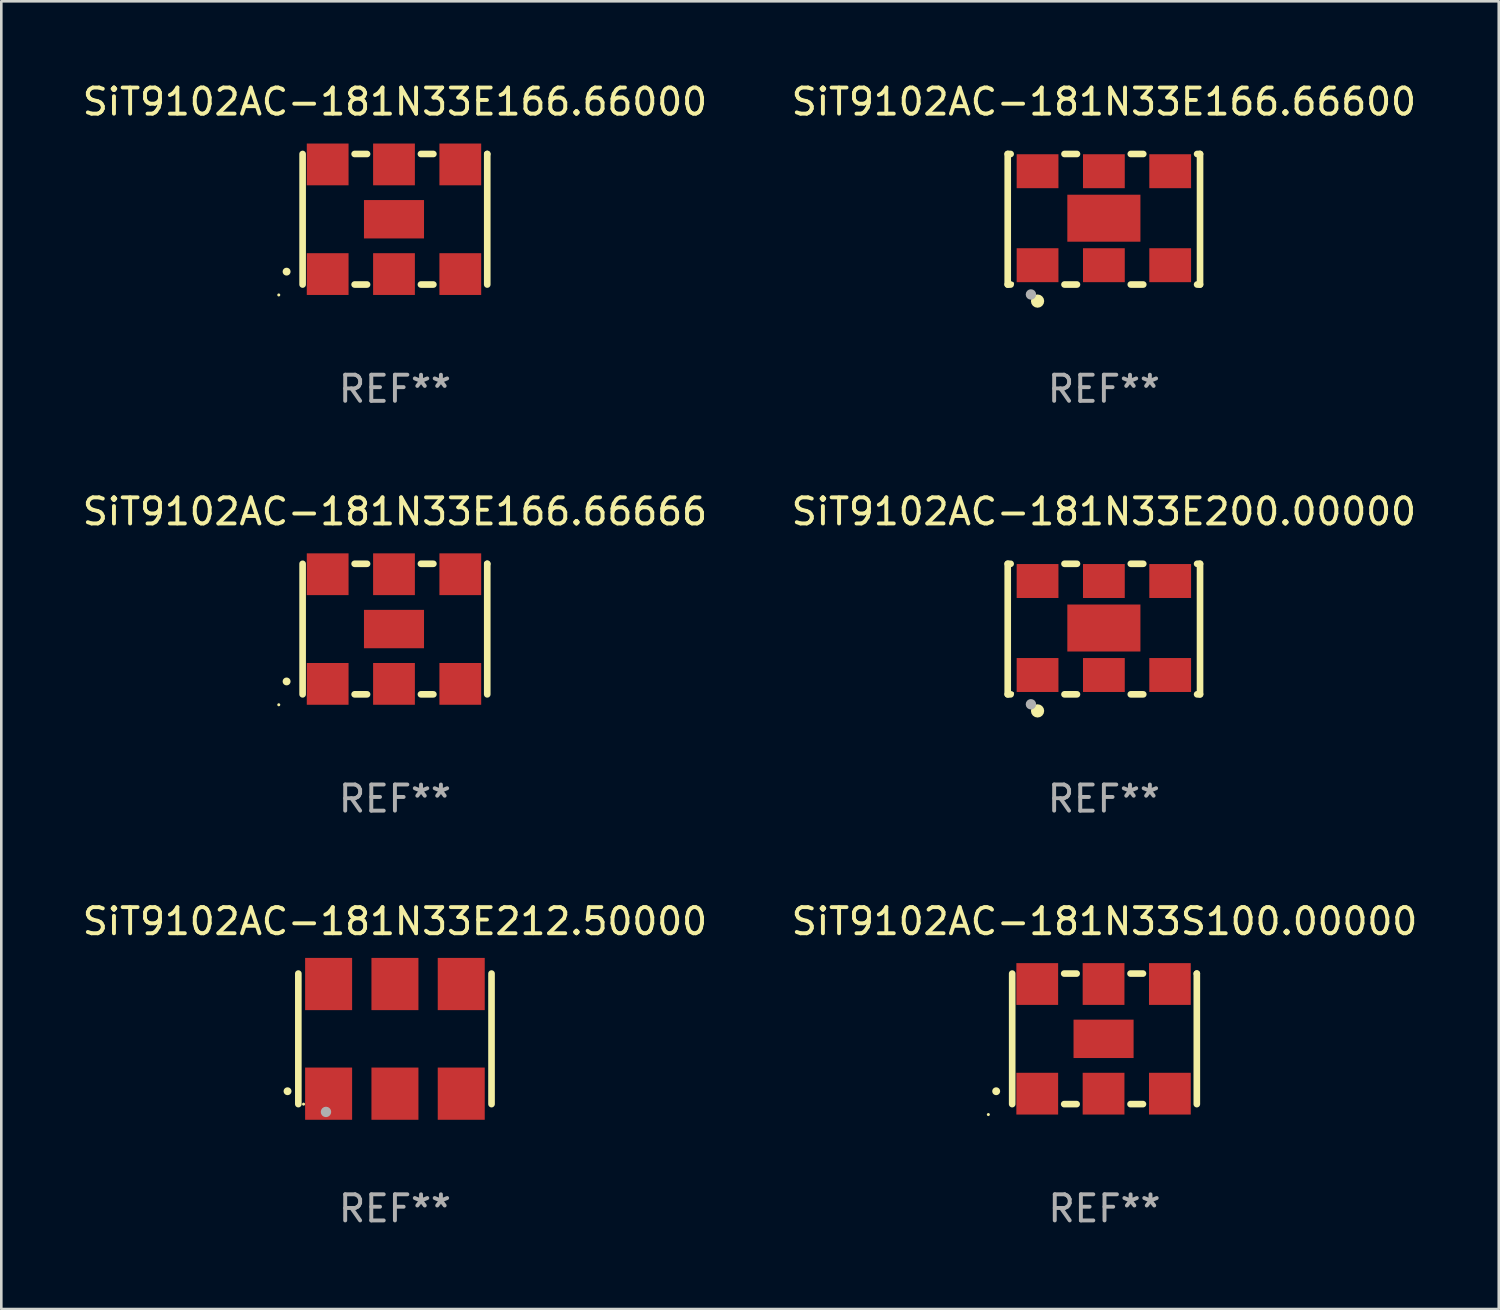
<source format=kicad_pcb>
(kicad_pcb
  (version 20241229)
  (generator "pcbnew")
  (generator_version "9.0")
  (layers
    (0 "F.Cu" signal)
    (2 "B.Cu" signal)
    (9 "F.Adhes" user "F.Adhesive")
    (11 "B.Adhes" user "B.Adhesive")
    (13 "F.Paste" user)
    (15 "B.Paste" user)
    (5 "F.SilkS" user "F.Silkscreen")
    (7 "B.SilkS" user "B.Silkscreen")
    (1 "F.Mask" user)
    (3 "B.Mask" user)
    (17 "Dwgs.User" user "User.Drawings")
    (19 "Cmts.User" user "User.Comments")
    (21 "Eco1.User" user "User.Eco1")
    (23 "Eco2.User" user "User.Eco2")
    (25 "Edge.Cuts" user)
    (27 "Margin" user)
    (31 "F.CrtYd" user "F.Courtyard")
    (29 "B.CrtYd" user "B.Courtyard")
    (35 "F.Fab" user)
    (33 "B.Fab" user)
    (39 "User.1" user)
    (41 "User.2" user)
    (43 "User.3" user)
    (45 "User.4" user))
  (footprint "SiT9102AC-181N33S100.00000"
    (layer "F.Cu")
    (at 39.256 36.741)
    (property "Reference" "SiT9102AC-181N33S100.00000" (at 0 -4.5 0) (layer "F.SilkS") (effects (font (size 1 1) (thickness 0.15))))
    (attr through_hole)
    (fp_line (start -3.536 -2.5) (end -3.536 2.5) (stroke (width 0.254) (type solid)) (layer "F.SilkS"))
    (fp_line (start -1.544 2.5) (end -1.067 2.5) (stroke (width 0.254) (type solid)) (layer "F.SilkS"))
    (fp_line (start -1.067 -2.5) (end -1.544 -2.5) (stroke (width 0.254) (type solid)) (layer "F.SilkS"))
    (fp_line (start 0.996 2.5) (end 1.473 2.5) (stroke (width 0.254) (type solid)) (layer "F.SilkS"))
    (fp_line (start 1.473 -2.5) (end 0.996 -2.5) (stroke (width 0.254) (type solid)) (layer "F.SilkS"))
    (fp_line (start 3.536 -2.5) (end 3.536 -2.5) (stroke (width 0.254) (type solid)) (layer "F.SilkS"))
    (fp_line (start 3.536 2.5) (end 3.536 -2.5) (stroke (width 0.254) (type solid)) (layer "F.SilkS"))
    (fp_arc (start -4.150432 2.006604) (mid -4.149162 2.006599) (end -4.147892 2.006604) (stroke (width 0.3) (type solid)) (layer "F.SilkS"))
    (fp_circle (center -4.449 2.9) (end -4.419 2.9) (stroke (width 0.06) (type solid)) (fill no) (layer "F.SilkS"))
    (fp_text user "REF**" (at 0 6.5 0) (layer "F.Fab") (effects (font (size 1 1) (thickness 0.15))))
    (pad "1" smd rect (at -2.576 2.1) (size 1.6 1.6) (layers "F.Cu" "F.Mask" "F.Paste"))
    (pad "2" smd rect (at -0.036 2.1) (size 1.6 1.6) (layers "F.Cu" "F.Mask" "F.Paste"))
    (pad "3" smd rect (at 2.504 2.1) (size 1.6 1.6) (layers "F.Cu" "F.Mask" "F.Paste"))
    (pad "4" smd rect (at 2.504 -2.1) (size 1.6 1.6) (layers "F.Cu" "F.Mask" "F.Paste"))
    (pad "5" smd rect (at -0.036 -2.1) (size 1.6 1.6) (layers "F.Cu" "F.Mask" "F.Paste"))
    (pad "6" smd rect (at -2.576 -2.1) (size 1.6 1.6) (layers "F.Cu" "F.Mask" "F.Paste"))
    (pad "7" smd rect (at -0.036 0) (size 2.3 1.47) (layers "F.Cu" "F.Mask" "F.Paste")))
  (footprint "SiT9102AC-181N33E166.66666"
    (layer "F.Cu")
    (at 12.077 21.045)
    (property "Reference" "SiT9102AC-181N33E166.66666" (at 0 -4.5 0) (layer "F.SilkS") (effects (font (size 1 1) (thickness 0.15))))
    (attr through_hole)
    (fp_line (start -3.536 -2.5) (end -3.536 2.5) (stroke (width 0.254) (type solid)) (layer "F.SilkS"))
    (fp_line (start -1.544 2.5) (end -1.067 2.5) (stroke (width 0.254) (type solid)) (layer "F.SilkS"))
    (fp_line (start -1.067 -2.5) (end -1.544 -2.5) (stroke (width 0.254) (type solid)) (layer "F.SilkS"))
    (fp_line (start 0.996 2.5) (end 1.473 2.5) (stroke (width 0.254) (type solid)) (layer "F.SilkS"))
    (fp_line (start 1.473 -2.5) (end 0.996 -2.5) (stroke (width 0.254) (type solid)) (layer "F.SilkS"))
    (fp_line (start 3.536 -2.5) (end 3.536 -2.5) (stroke (width 0.254) (type solid)) (layer "F.SilkS"))
    (fp_line (start 3.536 2.5) (end 3.536 -2.5) (stroke (width 0.254) (type solid)) (layer "F.SilkS"))
    (fp_arc (start -4.150432 2.006604) (mid -4.149162 2.006599) (end -4.147892 2.006604) (stroke (width 0.3) (type solid)) (layer "F.SilkS"))
    (fp_circle (center -4.449 2.9) (end -4.419 2.9) (stroke (width 0.06) (type solid)) (fill no) (layer "F.SilkS"))
    (fp_text user "REF**" (at 0 6.5 0) (layer "F.Fab") (effects (font (size 1 1) (thickness 0.15))))
    (pad "1" smd rect (at -2.576 2.1) (size 1.6 1.6) (layers "F.Cu" "F.Mask" "F.Paste"))
    (pad "2" smd rect (at -0.036 2.1) (size 1.6 1.6) (layers "F.Cu" "F.Mask" "F.Paste"))
    (pad "3" smd rect (at 2.504 2.1) (size 1.6 1.6) (layers "F.Cu" "F.Mask" "F.Paste"))
    (pad "4" smd rect (at 2.504 -2.1) (size 1.6 1.6) (layers "F.Cu" "F.Mask" "F.Paste"))
    (pad "5" smd rect (at -0.036 -2.1) (size 1.6 1.6) (layers "F.Cu" "F.Mask" "F.Paste"))
    (pad "6" smd rect (at -2.576 -2.1) (size 1.6 1.6) (layers "F.Cu" "F.Mask" "F.Paste"))
    (pad "7" smd rect (at -0.036 0) (size 2.3 1.47) (layers "F.Cu" "F.Mask" "F.Paste")))
  (footprint "SiT9102AC-181N33E166.66600"
    (layer "F.Cu")
    (at 39.232 5.348)
    (property "Reference" "SiT9102AC-181N33E166.66600" (at 0 -4.5 0) (layer "F.SilkS") (effects (font (size 1 1) (thickness 0.15))))
    (attr through_hole)
    (fp_line (start -3.683 -2.5) (end -3.571 -2.5) (stroke (width 0.254) (type solid)) (layer "F.SilkS"))
    (fp_line (start -3.683 2.5) (end -3.683 -2.5) (stroke (width 0.254) (type solid)) (layer "F.SilkS"))
    (fp_line (start -3.683 2.5) (end -3.571 2.5) (stroke (width 0.254) (type solid)) (layer "F.SilkS"))
    (fp_line (start -1.509 -2.5) (end -1.031 -2.5) (stroke (width 0.254) (type solid)) (layer "F.SilkS"))
    (fp_line (start -1.509 2.5) (end -1.031 2.5) (stroke (width 0.254) (type solid)) (layer "F.SilkS"))
    (fp_line (start 1.031 -2.5) (end 1.509 -2.5) (stroke (width 0.254) (type solid)) (layer "F.SilkS"))
    (fp_line (start 1.031 2.5) (end 1.509 2.5) (stroke (width 0.254) (type solid)) (layer "F.SilkS"))
    (fp_line (start 3.571 -2.5) (end 3.683 -2.5) (stroke (width 0.254) (type solid)) (layer "F.SilkS"))
    (fp_line (start 3.571 2.5) (end 3.683 2.5) (stroke (width 0.254) (type solid)) (layer "F.SilkS"))
    (fp_line (start 3.683 2.5) (end 3.683 -2.5) (stroke (width 0.254) (type solid)) (layer "F.SilkS"))
    (fp_circle (center -3.5 2.46) (end -3.47 2.46) (stroke (width 0.06) (type solid)) (fill no) (layer "F.SilkS"))
    (fp_circle (center -2.54 3.135) (end -2.413 3.135) (stroke (width 0.254) (type solid)) (fill no) (layer "F.SilkS"))
    (fp_circle (center -2.794 2.881) (end -2.694 2.881) (stroke (width 0.2) (type solid)) (fill no) (layer "F.Fab"))
    (fp_text user "REF**" (at 0 6.5 0) (layer "F.Fab") (effects (font (size 1 1) (thickness 0.15))))
    (pad "1" smd rect (at -2.54 1.76) (size 1.6 1.3) (layers "F.Cu" "F.Mask" "F.Paste"))
    (pad "2" smd rect (at 0 1.76) (size 1.6 1.3) (layers "F.Cu" "F.Mask" "F.Paste"))
    (pad "3" smd rect (at 2.54 1.76) (size 1.6 1.3) (layers "F.Cu" "F.Mask" "F.Paste"))
    (pad "4" smd rect (at 2.54 -1.84) (size 1.6 1.3) (layers "F.Cu" "F.Mask" "F.Paste"))
    (pad "5" smd rect (at 0 -1.84) (size 1.6 1.3) (layers "F.Cu" "F.Mask" "F.Paste"))
    (pad "6" smd rect (at -2.54 -1.84) (size 1.6 1.3) (layers "F.Cu" "F.Mask" "F.Paste"))
    (pad "7" smd rect (at 0 -0.04) (size 2.8 1.8) (layers "F.Cu" "F.Mask" "F.Paste")))
  (footprint "SiT9102AC-181N33E200.00000"
    (layer "F.Cu")
    (at 39.232 21.045)
    (property "Reference" "SiT9102AC-181N33E200.00000" (at 0 -4.5 0) (layer "F.SilkS") (effects (font (size 1 1) (thickness 0.15))))
    (attr through_hole)
    (fp_line (start -3.683 -2.5) (end -3.571 -2.5) (stroke (width 0.254) (type solid)) (layer "F.SilkS"))
    (fp_line (start -3.683 2.5) (end -3.683 -2.5) (stroke (width 0.254) (type solid)) (layer "F.SilkS"))
    (fp_line (start -3.683 2.5) (end -3.571 2.5) (stroke (width 0.254) (type solid)) (layer "F.SilkS"))
    (fp_line (start -1.509 -2.5) (end -1.031 -2.5) (stroke (width 0.254) (type solid)) (layer "F.SilkS"))
    (fp_line (start -1.509 2.5) (end -1.031 2.5) (stroke (width 0.254) (type solid)) (layer "F.SilkS"))
    (fp_line (start 1.031 -2.5) (end 1.509 -2.5) (stroke (width 0.254) (type solid)) (layer "F.SilkS"))
    (fp_line (start 1.031 2.5) (end 1.509 2.5) (stroke (width 0.254) (type solid)) (layer "F.SilkS"))
    (fp_line (start 3.571 -2.5) (end 3.683 -2.5) (stroke (width 0.254) (type solid)) (layer "F.SilkS"))
    (fp_line (start 3.571 2.5) (end 3.683 2.5) (stroke (width 0.254) (type solid)) (layer "F.SilkS"))
    (fp_line (start 3.683 2.5) (end 3.683 -2.5) (stroke (width 0.254) (type solid)) (layer "F.SilkS"))
    (fp_circle (center -3.5 2.46) (end -3.47 2.46) (stroke (width 0.06) (type solid)) (fill no) (layer "F.SilkS"))
    (fp_circle (center -2.54 3.135) (end -2.413 3.135) (stroke (width 0.254) (type solid)) (fill no) (layer "F.SilkS"))
    (fp_circle (center -2.794 2.881) (end -2.694 2.881) (stroke (width 0.2) (type solid)) (fill no) (layer "F.Fab"))
    (fp_text user "REF**" (at 0 6.5 0) (layer "F.Fab") (effects (font (size 1 1) (thickness 0.15))))
    (pad "1" smd rect (at -2.54 1.76) (size 1.6 1.3) (layers "F.Cu" "F.Mask" "F.Paste"))
    (pad "2" smd rect (at 0 1.76) (size 1.6 1.3) (layers "F.Cu" "F.Mask" "F.Paste"))
    (pad "3" smd rect (at 2.54 1.76) (size 1.6 1.3) (layers "F.Cu" "F.Mask" "F.Paste"))
    (pad "4" smd rect (at 2.54 -1.84) (size 1.6 1.3) (layers "F.Cu" "F.Mask" "F.Paste"))
    (pad "5" smd rect (at 0 -1.84) (size 1.6 1.3) (layers "F.Cu" "F.Mask" "F.Paste"))
    (pad "6" smd rect (at -2.54 -1.84) (size 1.6 1.3) (layers "F.Cu" "F.Mask" "F.Paste"))
    (pad "7" smd rect (at 0 -0.04) (size 2.8 1.8) (layers "F.Cu" "F.Mask" "F.Paste")))
  (footprint "SiT9102AC-181N33E166.66000"
    (layer "F.Cu")
    (at 12.077 5.348)
    (property "Reference" "SiT9102AC-181N33E166.66000" (at 0 -4.5 0) (layer "F.SilkS") (effects (font (size 1 1) (thickness 0.15))))
    (attr through_hole)
    (fp_line (start -3.536 -2.5) (end -3.536 2.5) (stroke (width 0.254) (type solid)) (layer "F.SilkS"))
    (fp_line (start -1.544 2.5) (end -1.067 2.5) (stroke (width 0.254) (type solid)) (layer "F.SilkS"))
    (fp_line (start -1.067 -2.5) (end -1.544 -2.5) (stroke (width 0.254) (type solid)) (layer "F.SilkS"))
    (fp_line (start 0.996 2.5) (end 1.473 2.5) (stroke (width 0.254) (type solid)) (layer "F.SilkS"))
    (fp_line (start 1.473 -2.5) (end 0.996 -2.5) (stroke (width 0.254) (type solid)) (layer "F.SilkS"))
    (fp_line (start 3.536 -2.5) (end 3.536 -2.5) (stroke (width 0.254) (type solid)) (layer "F.SilkS"))
    (fp_line (start 3.536 2.5) (end 3.536 -2.5) (stroke (width 0.254) (type solid)) (layer "F.SilkS"))
    (fp_arc (start -4.150432 2.006604) (mid -4.149162 2.006599) (end -4.147892 2.006604) (stroke (width 0.3) (type solid)) (layer "F.SilkS"))
    (fp_circle (center -4.449 2.9) (end -4.419 2.9) (stroke (width 0.06) (type solid)) (fill no) (layer "F.SilkS"))
    (fp_text user "REF**" (at 0 6.5 0) (layer "F.Fab") (effects (font (size 1 1) (thickness 0.15))))
    (pad "1" smd rect (at -2.576 2.1) (size 1.6 1.6) (layers "F.Cu" "F.Mask" "F.Paste"))
    (pad "2" smd rect (at -0.036 2.1) (size 1.6 1.6) (layers "F.Cu" "F.Mask" "F.Paste"))
    (pad "3" smd rect (at 2.504 2.1) (size 1.6 1.6) (layers "F.Cu" "F.Mask" "F.Paste"))
    (pad "4" smd rect (at 2.504 -2.1) (size 1.6 1.6) (layers "F.Cu" "F.Mask" "F.Paste"))
    (pad "5" smd rect (at -0.036 -2.1) (size 1.6 1.6) (layers "F.Cu" "F.Mask" "F.Paste"))
    (pad "6" smd rect (at -2.576 -2.1) (size 1.6 1.6) (layers "F.Cu" "F.Mask" "F.Paste"))
    (pad "7" smd rect (at -0.036 0) (size 2.3 1.47) (layers "F.Cu" "F.Mask" "F.Paste")))
  (footprint "SiT9102AC-181N33E212.50000"
    (layer "F.Cu")
    (at 12.077 36.741)
    (property "Reference" "SiT9102AC-181N33E212.50000" (at 0 -4.5 0) (layer "F.SilkS") (effects (font (size 1 1) (thickness 0.15))))
    (attr through_hole)
    (fp_line (start -3.7 -2.5) (end -3.7 2.5) (stroke (width 0.254) (type solid)) (layer "F.SilkS"))
    (fp_line (start 3.7 -2.5) (end 3.7 2.5) (stroke (width 0.254) (type solid)) (layer "F.SilkS"))
    (fp_arc (start -4.114415 2.006604) (mid -4.113145 2.006599) (end -4.111875 2.006604) (stroke (width 0.3) (type solid)) (layer "F.SilkS"))
    (fp_circle (center -3.5 2.501) (end -3.47 2.501) (stroke (width 0.06) (type solid)) (fill no) (layer "F.SilkS"))
    (fp_circle (center -2.641 2.799) (end -2.541 2.799) (stroke (width 0.2) (type solid)) (fill no) (layer "F.Fab"))
    (fp_text user "REF**" (at 0 6.5 0) (layer "F.Fab") (effects (font (size 1 1) (thickness 0.15))))
    (pad "1" smd rect (at -2.54 2.1) (size 1.8 2) (layers "F.Cu" "F.Mask" "F.Paste"))
    (pad "2" smd rect (at 0.000394 2.1) (size 1.8 2) (layers "F.Cu" "F.Mask" "F.Paste"))
    (pad "3" smd rect (at 2.54 2.1) (size 1.8 2) (layers "F.Cu" "F.Mask" "F.Paste"))
    (pad "4" smd rect (at 2.54 -2.1) (size 1.8 2) (layers "F.Cu" "F.Mask" "F.Paste"))
    (pad "5" smd rect (at 0.000394 -2.1) (size 1.8 2) (layers "F.Cu" "F.Mask" "F.Paste"))
    (pad "6" smd rect (at -2.54 -2.1) (size 1.8 2) (layers "F.Cu" "F.Mask" "F.Paste")))
  (gr_rect
    (start -3 -3)
    (end 54.357 47.09)
    (stroke (width 0.1) (type default))
    (fill no)
    (layer "Edge.Cuts")))
</source>
